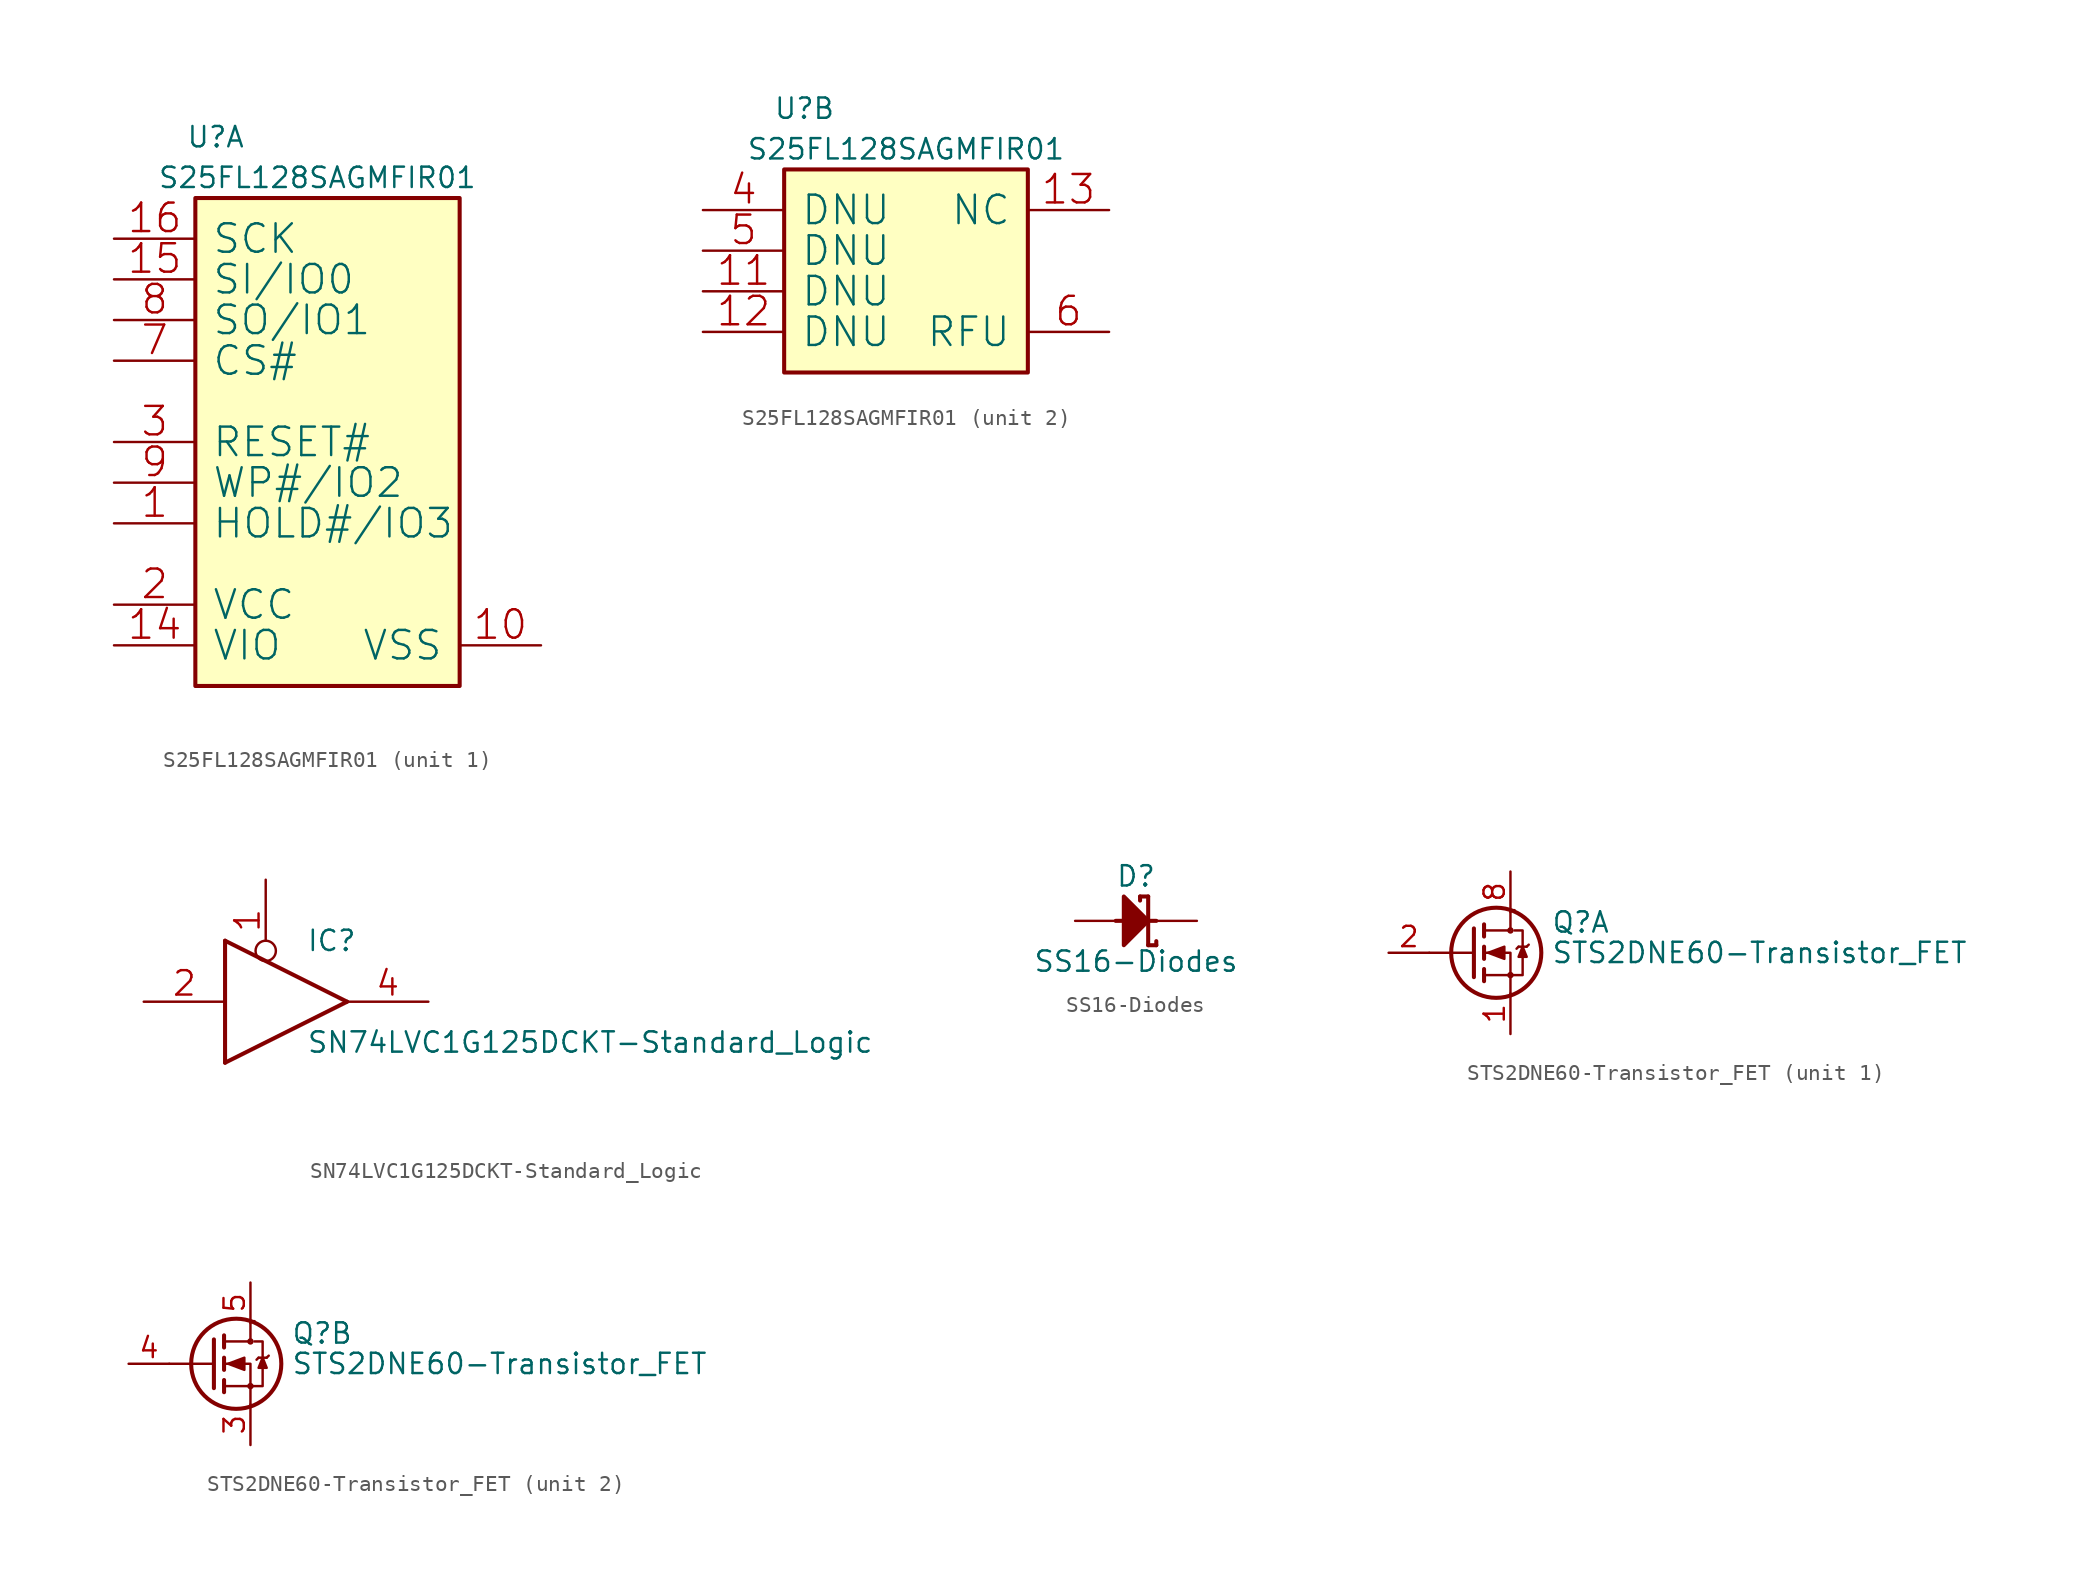
<source format=kicad_sym>
(kicad_symbol_lib
  (version 20211014)
  (generator kicad_symbol_editor)
  (symbol "S25FL128SAGMFIR01"
    (pin_names
      (offset 1.016))
    (property "Reference" "U"
      (at 1.27 3.81 0)
      (effects (font (size 1.27 1.27))))
    (property "Value" "S25FL128SAGMFIR01"
      (at 7.62 1.27 0)
      (effects (font (size 1.27 1.27))))
    (symbol "S25FL128SAGMFIR01_1_1"
      (rectangle (start 0 -30.48) (end 16.51 0) (stroke (width 0.254) (type default) (color 0 0 0 0)) (fill (type background)))
      (pin bidirectional line (at -5.08 -20.32 0) (length 5.08) (name "HOLD#/IO3" (effects (font (size 1.778 1.778)))) (number "1" (effects (font (size 1.778 1.778)))))
      (pin power_in line (at 21.59 -27.94 180) (length 5.08) (name "VSS" (effects (font (size 1.778 1.778)))) (number "10" (effects (font (size 1.778 1.778)))))
      (pin power_in line (at -5.08 -27.94 0) (length 5.08) (name "VIO" (effects (font (size 1.778 1.778)))) (number "14" (effects (font (size 1.778 1.778)))))
      (pin bidirectional line (at -5.08 -5.08 0) (length 5.08) (name "SI/IO0" (effects (font (size 1.778 1.778)))) (number "15" (effects (font (size 1.778 1.778)))))
      (pin input line (at -5.08 -2.54 0) (length 5.08) (name "SCK" (effects (font (size 1.778 1.778)))) (number "16" (effects (font (size 1.778 1.778)))))
      (pin power_in line (at -5.08 -25.4 0) (length 5.08) (name "VCC" (effects (font (size 1.778 1.778)))) (number "2" (effects (font (size 1.778 1.778)))))
      (pin input line (at -5.08 -15.24 0) (length 5.08) (name "RESET#" (effects (font (size 1.778 1.778)))) (number "3" (effects (font (size 1.778 1.778)))))
      (pin input line (at -5.08 -10.16 0) (length 5.08) (name "CS#" (effects (font (size 1.778 1.778)))) (number "7" (effects (font (size 1.778 1.778)))))
      (pin bidirectional line (at -5.08 -7.62 0) (length 5.08) (name "SO/IO1" (effects (font (size 1.778 1.778)))) (number "8" (effects (font (size 1.778 1.778)))))
      (pin bidirectional line (at -5.08 -17.78 0) (length 5.08) (name "WP#/IO2" (effects (font (size 1.778 1.778)))) (number "9" (effects (font (size 1.778 1.778))))))
    (symbol "S25FL128SAGMFIR01_2_1"
      (rectangle (start 0 -12.7) (end 15.24 0) (stroke (width 0.254) (type default) (color 0 0 0 0)) (fill (type background)))
      (pin passive line (at -5.08 -7.62 0) (length 5.08) (name "DNU" (effects (font (size 1.778 1.778)))) (number "11" (effects (font (size 1.778 1.778)))))
      (pin passive line (at -5.08 -10.16 0) (length 5.08) (name "DNU" (effects (font (size 1.778 1.778)))) (number "12" (effects (font (size 1.778 1.778)))))
      (pin passive line (at 20.32 -2.54 180) (length 5.08) (name "NC" (effects (font (size 1.778 1.778)))) (number "13" (effects (font (size 1.778 1.778)))))
      (pin passive line (at -5.08 -2.54 0) (length 5.08) (name "DNU" (effects (font (size 1.778 1.778)))) (number "4" (effects (font (size 1.778 1.778)))))
      (pin passive line (at -5.08 -5.08 0) (length 5.08) (name "DNU" (effects (font (size 1.778 1.778)))) (number "5" (effects (font (size 1.778 1.778)))))
      (pin passive line (at 20.32 -10.16 180) (length 5.08) (name "RFU" (effects (font (size 1.778 1.778)))) (number "6" (effects (font (size 1.778 1.778)))))))
  (symbol "SN74LVC1G125DCKT-Standard_Logic"
    (pin_names
      (offset 1.524))
    (property "Reference" "IC"
      (at 5.08 -1.27 0)
      (effects (font (size 1.27 1.27)) (justify left)))
    (property "Value" "SN74LVC1G125DCKT-Standard_Logic"
      (at 5.08 -7.62 0)
      (effects (font (size 1.27 1.27)) (justify left)))
    (property "ki_locked" ""
      (at 0 0 0)
      (effects (font (size 1.27 1.27))))
    (symbol "SN74LVC1G125DCKT-Standard_Logic_0_1"
      (polyline (pts (xy 0 -8.89) (xy 0 -1.27)) (stroke (width 0.254) (type default) (color 0 0 0 0)) (fill (type none)))
      (polyline (pts (xy 0 -8.89) (xy 7.62 -5.08)) (stroke (width 0.254) (type default) (color 0 0 0 0)) (fill (type none)))
      (polyline (pts (xy 0 -1.27) (xy 7.62 -5.08)) (stroke (width 0.254) (type default) (color 0 0 0 0)) (fill (type none)))
      (pin input inverted (at 2.54 2.54 270) (length 5.08) (name "~{G}" (effects (font (size 0 0)))) (number "1" (effects (font (size 1.524 1.524)))))
      (pin input line (at -5.08 -5.08 0) (length 5.08) (name "IN" (effects (font (size 0 0)))) (number "2" (effects (font (size 1.524 1.524)))))
      (pin power_in line (at 12.7 -12.7 180) (length 5.08) hide (name "GND" (effects (font (size 1.524 1.524)))) (number "3" (effects (font (size 1.524 1.524)))))
      (pin tri_state line (at 12.7 -5.08 180) (length 5.08) (name "OUT" (effects (font (size 0 0)))) (number "4" (effects (font (size 1.524 1.524)))))
      (pin power_in line (at -5.08 -10.16 0) (length 5.08) hide (name "VCC" (effects (font (size 1.524 1.524)))) (number "5" (effects (font (size 1.524 1.524)))))))
  (symbol "SS16-Diodes"
    (pin_names
      (offset 1.524))
    (property "Reference" "D"
      (at 3.81 2.794 0)
      (effects (font (size 1.27 1.27))))
    (property "Value" "SS16-Diodes"
      (at 3.81 -2.54 0)
      (effects (font (size 1.27 1.27))))
    (property "ki_locked" ""
      (at 0 0 0)
      (effects (font (size 1.27 1.27))))
    (symbol "SS16-Diodes_0_1"
      (polyline (pts (xy 2.54 0) (xy 5.08 0)) (stroke (width 0.254) (type default) (color 0 0 0 0)) (fill (type none)))
      (polyline (pts (xy 4.064 1.524) (xy 4.064 1.27)) (stroke (width 0.254) (type default) (color 0 0 0 0)) (fill (type none)))
      (polyline (pts (xy 4.572 1.524) (xy 4.064 1.524)) (stroke (width 0.254) (type default) (color 0 0 0 0)) (fill (type none)))
      (polyline (pts (xy 4.572 1.524) (xy 4.572 -1.524)) (stroke (width 0.254) (type default) (color 0 0 0 0)) (fill (type none)))
      (polyline (pts (xy 5.08 -1.524) (xy 4.572 -1.524)) (stroke (width 0.254) (type default) (color 0 0 0 0)) (fill (type none)))
      (polyline (pts (xy 5.08 -1.27) (xy 5.08 -1.524)) (stroke (width 0.254) (type default) (color 0 0 0 0)) (fill (type none)))
      (polyline (pts (xy 3.048 -1.524) (xy 4.572 0) (xy 3.048 1.524) (xy 3.048 -1.524)) (stroke (width 0.254) (type default) (color 0 0 0 0)) (fill (type outline)))
      (pin passive line (at 7.62 0 180) (length 2.54) (name "C" (effects (font (size 0 0)))) (number "1" (effects (font (size 0 0)))))
      (pin passive line (at 0 0 0) (length 2.54) (name "A" (effects (font (size 0 0)))) (number "2" (effects (font (size 0 0)))))))
  (symbol "STS2DNE60-Transistor_FET"
    (pin_names
      (offset 0) hide)
    (property "Reference" "Q"
      (at 5.08 1.905 0)
      (effects (font (size 1.27 1.27)) (justify left)))
    (property "Value" "STS2DNE60-Transistor_FET"
      (at 5.08 0 0)
      (effects (font (size 1.27 1.27)) (justify left)))
    (symbol "STS2DNE60-Transistor_FET_0_1"
      (polyline (pts (xy 0.254 0) (xy -2.54 0)) (stroke (width 0) (type default) (color 0 0 0 0)) (fill (type none)))
      (polyline (pts (xy 0.889 -1.016) (xy 0.889 -1.778)) (stroke (width 0.254) (type default) (color 0 0 0 0)) (fill (type none)))
      (polyline (pts (xy 0.889 0.381) (xy 0.889 -0.381)) (stroke (width 0.254) (type default) (color 0 0 0 0)) (fill (type none)))
      (polyline (pts (xy 0.889 1.778) (xy 0.889 1.016)) (stroke (width 0.254) (type default) (color 0 0 0 0)) (fill (type none)))
      (polyline (pts (xy 3.048 0.381) (xy 2.921 0.254)) (stroke (width 0) (type default) (color 0 0 0 0)) (fill (type none)))
      (polyline (pts (xy 3.048 0.381) (xy 3.556 0.381)) (stroke (width 0) (type default) (color 0 0 0 0)) (fill (type none)))
      (polyline (pts (xy 3.556 0.381) (xy 3.683 0.508)) (stroke (width 0) (type default) (color 0 0 0 0)) (fill (type none)))
      (polyline (pts (xy 0.254 1.524) (xy 0.254 -1.524) (xy 0.254 -1.524)) (stroke (width 0.254) (type default) (color 0 0 0 0)) (fill (type none)))
      (polyline (pts (xy 0.889 -1.397) (xy 2.54 -1.397) (xy 2.54 -2.667) (xy 2.54 -2.667)) (stroke (width 0) (type default) (color 0 0 0 0)) (fill (type none)))
      (polyline (pts (xy 1.016 1.397) (xy 2.54 1.397) (xy 2.54 2.667) (xy 2.794 2.667)) (stroke (width 0) (type default) (color 0 0 0 0)) (fill (type none)))
      (polyline (pts (xy 2.794 1.397) (xy 3.302 1.397) (xy 3.302 -1.397) (xy 2.54 -1.397)) (stroke (width 0) (type default) (color 0 0 0 0)) (fill (type none)))
      (polyline (pts (xy 3.302 0.381) (xy 3.048 -0.254) (xy 3.556 -0.254) (xy 3.302 0.381)) (stroke (width 0) (type default) (color 0 0 0 0)) (fill (type outline)))
      (polyline (pts (xy 0.889 0) (xy 1.27 0) (xy 2.54 0) (xy 2.54 -1.27) (xy 2.54 -1.27)) (stroke (width 0) (type default) (color 0 0 0 0)) (fill (type none)))
      (polyline (pts (xy 1.143 0) (xy 2.159 0.381) (xy 2.159 -0.381) (xy 1.143 0) (xy 1.27 0) (xy 1.27 0)) (stroke (width 0) (type default) (color 0 0 0 0)) (fill (type outline)))
      (circle (center 1.651 0) (radius 2.819) (stroke (width 0.254) (type default) (color 0 0 0 0)) (fill (type none)))
      (circle (center 2.54 -1.397) (radius 0.127) (stroke (width 0) (type default) (color 0 0 0 0)) (fill (type none)))
      (circle (center 2.54 1.397) (radius 0.127) (stroke (width 0) (type default) (color 0 0 0 0)) (fill (type none))))
    (symbol "STS2DNE60-Transistor_FET_1_1"
      (pin passive line (at 2.54 -5.08 90) (length 2.54) (name "S1" (effects (font (size 1.27 1.27)))) (number "1" (effects (font (size 1.27 1.27)))))
      (pin passive line (at -5.08 0 0) (length 2.54) (name "G1" (effects (font (size 1.27 1.27)))) (number "2" (effects (font (size 1.27 1.27)))))
      (pin passive line (at 2.54 5.08 270) (length 2.54) hide (name "D1" (effects (font (size 1.27 1.27)))) (number "7" (effects (font (size 1.27 1.27)))))
      (pin passive line (at 2.54 5.08 270) (length 2.54) (name "D1" (effects (font (size 1.27 1.27)))) (number "8" (effects (font (size 1.27 1.27))))))
    (symbol "STS2DNE60-Transistor_FET_2_1"
      (pin passive line (at 2.54 -5.08 90) (length 2.54) (name "S2" (effects (font (size 1.27 1.27)))) (number "3" (effects (font (size 1.27 1.27)))))
      (pin passive line (at -5.08 0 0) (length 2.54) (name "G2" (effects (font (size 1.27 1.27)))) (number "4" (effects (font (size 1.27 1.27)))))
      (pin passive line (at 2.54 5.08 270) (length 2.54) (name "D2" (effects (font (size 1.27 1.27)))) (number "5" (effects (font (size 1.27 1.27)))))
      (pin passive line (at 2.54 5.08 270) (length 2.54) hide (name "D2" (effects (font (size 1.27 1.27)))) (number "6" (effects (font (size 1.27 1.27))))))))
</source>
